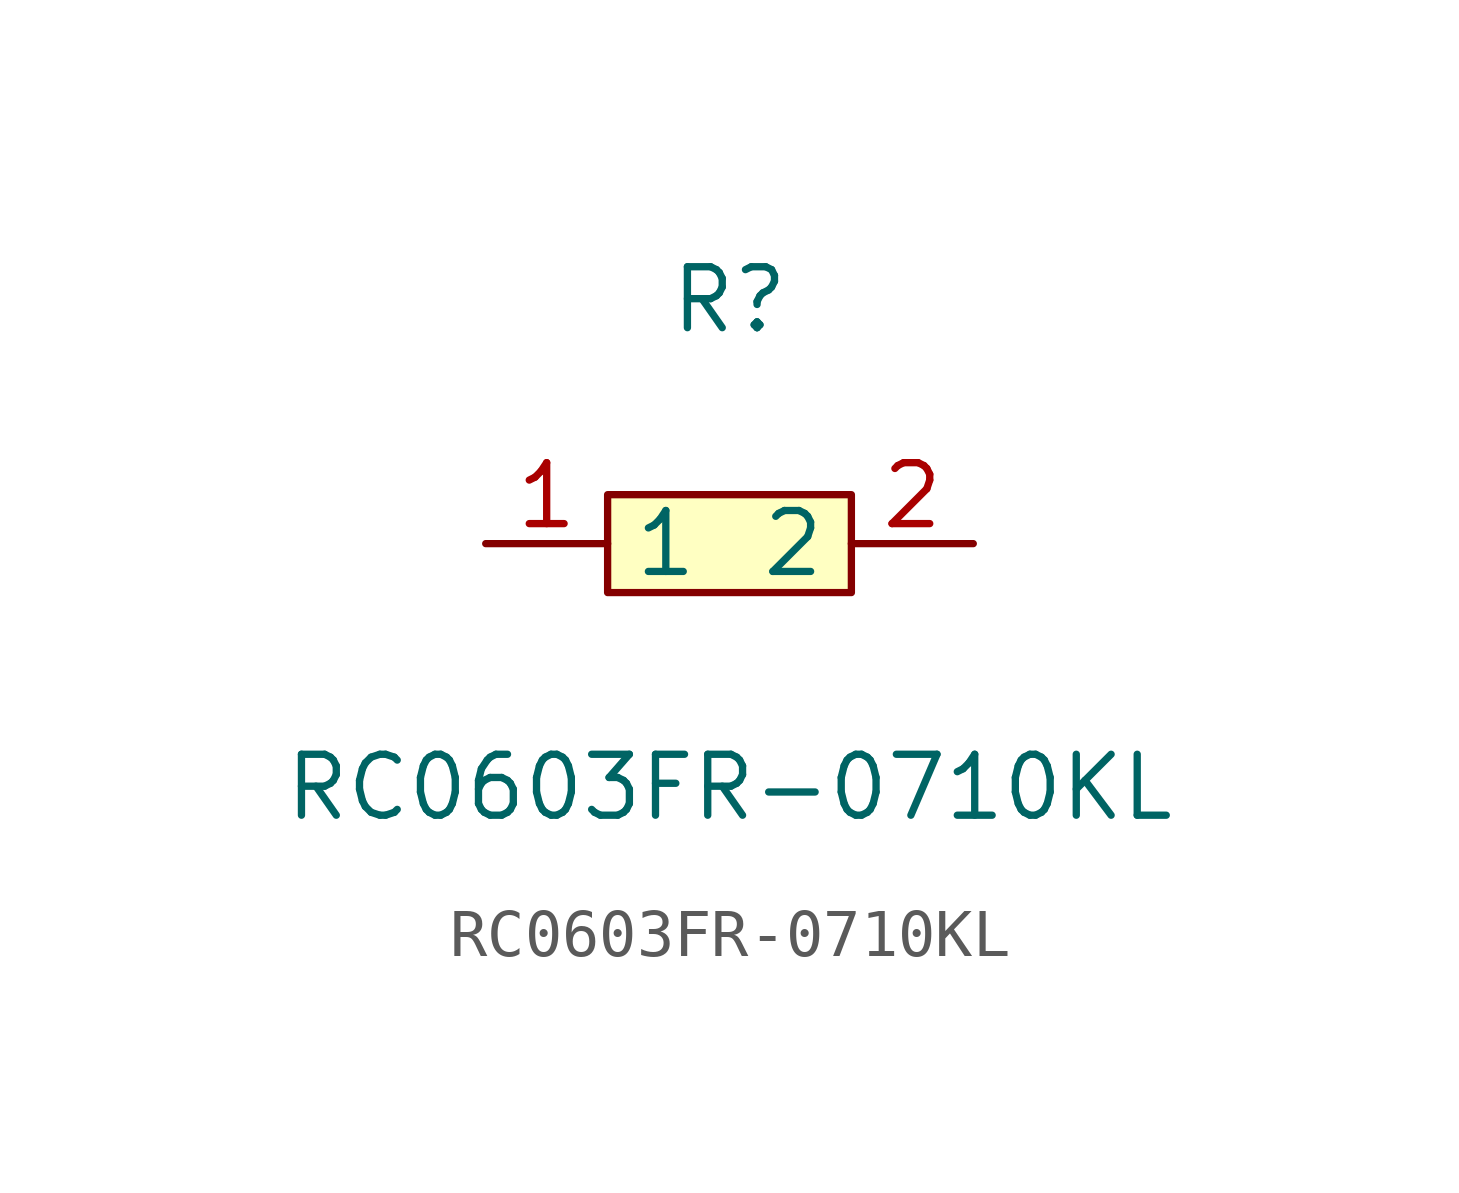
<source format=kicad_sym>
(kicad_symbol_lib
  (version 20211014)
  (generator https://github.com/uPesy/easyeda2kicad.py)
  (symbol "RC0603FR-0710KL"
    (property "Reference" "R"
      (at 0 5.08 0)
      (effects (font (size 1.27 1.27))))
    (property "Value" "RC0603FR-0710KL"
      (at 0 -5.08 0)
      (effects (font (size 1.27 1.27))))
    (symbol "RC0603FR-0710KL_0_1"
      (rectangle (start -2.54 1.02) (end 2.54 -1.02) (stroke (width 0) (type default) (color 0 0 0 0)) (fill (type background)))
      (pin input line (at 5.08 -0.00 180) (length 2.54) (name "2" (effects (font (size 1.27 1.27)))) (number "2" (effects (font (size 1.27 1.27)))))
      (pin input line (at -5.08 -0.00 0) (length 2.54) (name "1" (effects (font (size 1.27 1.27)))) (number "1" (effects (font (size 1.27 1.27))))))))
</source>
